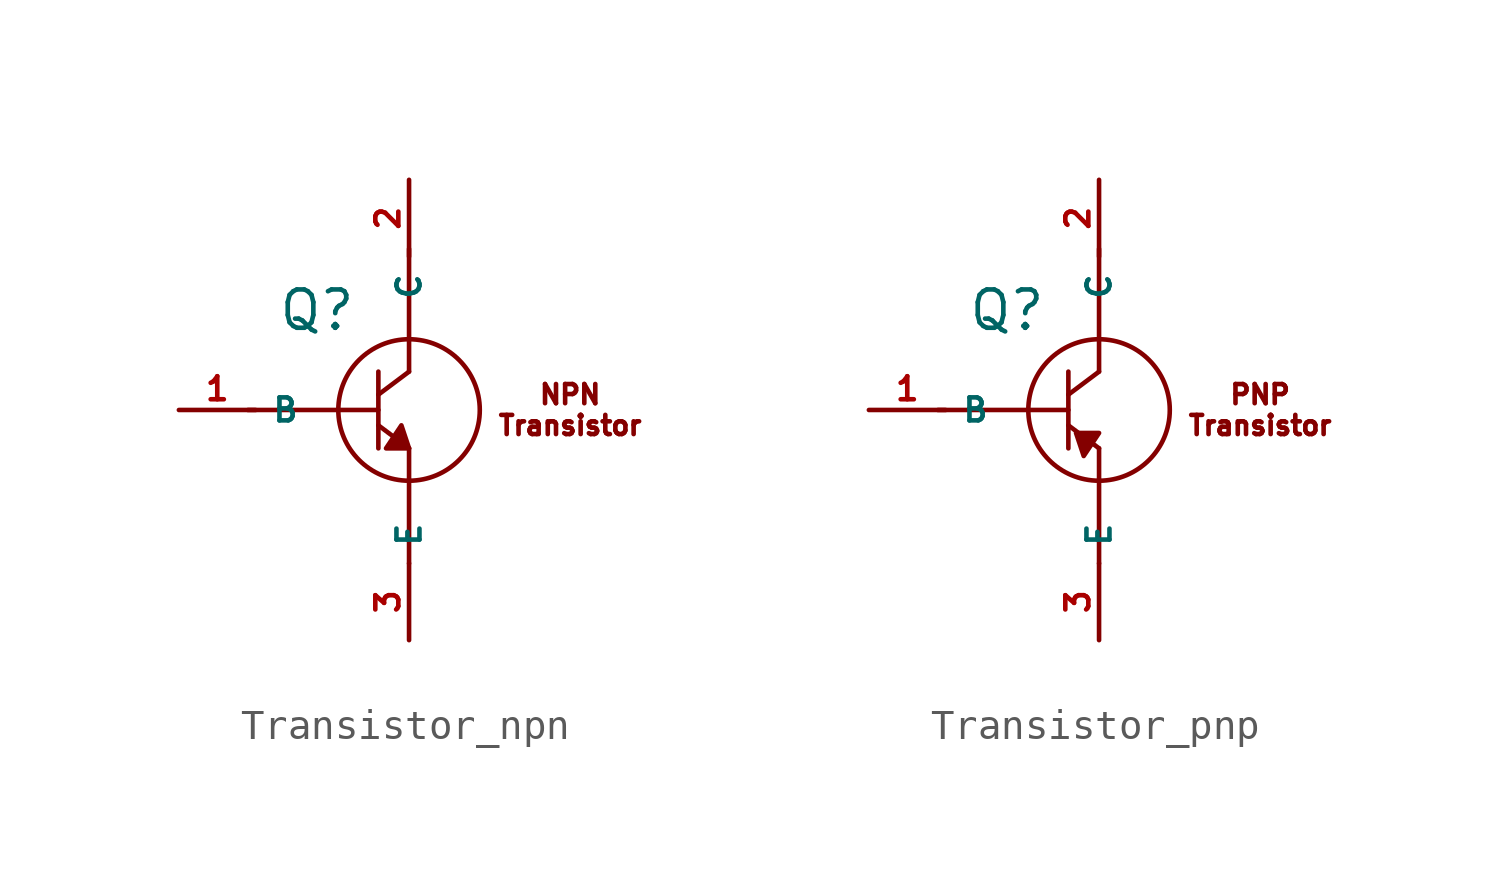
<source format=kicad_sym>
(kicad_symbol_lib
  (version 20231120)
  (generator "kicad_symbol_editor")
  (generator_version "8.0")
  (symbol "Transistor_npn"
    (property "Reference" "Q"
      (at -3.048 3.302 0)
      (effects (font (size 1.27 1.27))))
    (property "Value" ""
      (at 0 0 0)
      (effects (font (size 1.27 1.27))))
    (symbol "Transistor_npn_0_1"
      (polyline (pts (xy -5.334 0) (xy -1.016 0)) (stroke (width 0) (type default)) (fill (type none)))
      (polyline (pts (xy -1.016 -0.508) (xy 0 -1.27)) (stroke (width 0) (type default)) (fill (type none)))
      (polyline (pts (xy -1.016 0.508) (xy 0 1.27)) (stroke (width 0) (type default)) (fill (type none)))
      (polyline (pts (xy -1.016 1.27) (xy -1.016 -1.27)) (stroke (width 0) (type default)) (fill (type none)))
      (polyline (pts (xy 0 -1.27) (xy 0 -5.08)) (stroke (width 0) (type default)) (fill (type none)))
      (polyline (pts (xy 0 1.27) (xy 0 5.334)) (stroke (width 0) (type default)) (fill (type none)))
      (circle (center 0 0) (radius 2.342) (stroke (width 0) (type default)) (fill (type none))))
    (symbol "Transistor_npn_1_1"
      (polyline (pts (xy 0 -1.27) (xy -0.254 -0.508) (xy -0.762 -1.27) (xy 0 -1.27)) (stroke (width 0) (type default)) (fill (type outline)))
      (text "NPN\nTransistor" (at 5.334 0 0) (effects (font (size 0.635 0.635))))
      (pin input line (at -7.62 0 0) (length 2.54) (name "B" (effects (font (size 0.762 0.762)))) (number "1" (effects (font (size 0.762 0.762)))))
      (pin passive line (at 0 7.62 270) (length 2.54) (name "C" (effects (font (size 0.762 0.762)))) (number "2" (effects (font (size 0.762 0.762)))))
      (pin passive line (at 0 -7.62 90) (length 2.54) (name "E" (effects (font (size 0.762 0.762)))) (number "3" (effects (font (size 0.762 0.762)))))))
  (symbol "Transistor_pnp"
    (property "Reference" "Q"
      (at -3.048 3.302 0)
      (effects (font (size 1.27 1.27))))
    (property "Value" ""
      (at 0 0 0)
      (effects (font (size 1.27 1.27))))
    (symbol "Transistor_pnp_0_1"
      (polyline (pts (xy -5.334 0) (xy -1.016 0)) (stroke (width 0) (type default)) (fill (type none)))
      (polyline (pts (xy -1.016 -0.508) (xy 0 -1.27)) (stroke (width 0) (type default)) (fill (type none)))
      (polyline (pts (xy -1.016 0.508) (xy 0 1.27)) (stroke (width 0) (type default)) (fill (type none)))
      (polyline (pts (xy -1.016 1.27) (xy -1.016 -1.27)) (stroke (width 0) (type default)) (fill (type none)))
      (polyline (pts (xy 0 -1.27) (xy 0 -5.08)) (stroke (width 0) (type default)) (fill (type none)))
      (polyline (pts (xy 0 1.27) (xy 0 5.334)) (stroke (width 0) (type default)) (fill (type none)))
      (circle (center 0 0) (radius 2.342) (stroke (width 0) (type default)) (fill (type none))))
    (symbol "Transistor_pnp_1_1"
      (polyline (pts (xy -0.762 -0.762) (xy -0.508 -1.524) (xy 0 -0.762) (xy -0.762 -0.762)) (stroke (width 0) (type default)) (fill (type outline)))
      (text "PNP\nTransistor" (at 5.334 0 0) (effects (font (size 0.635 0.635))))
      (pin input line (at -7.62 0 0) (length 2.54) (name "B" (effects (font (size 0.762 0.762)))) (number "1" (effects (font (size 0.762 0.762)))))
      (pin passive line (at 0 7.62 270) (length 2.54) (name "C" (effects (font (size 0.762 0.762)))) (number "2" (effects (font (size 0.762 0.762)))))
      (pin passive line (at 0 -7.62 90) (length 2.54) (name "E" (effects (font (size 0.762 0.762)))) (number "3" (effects (font (size 0.762 0.762))))))))
</source>
